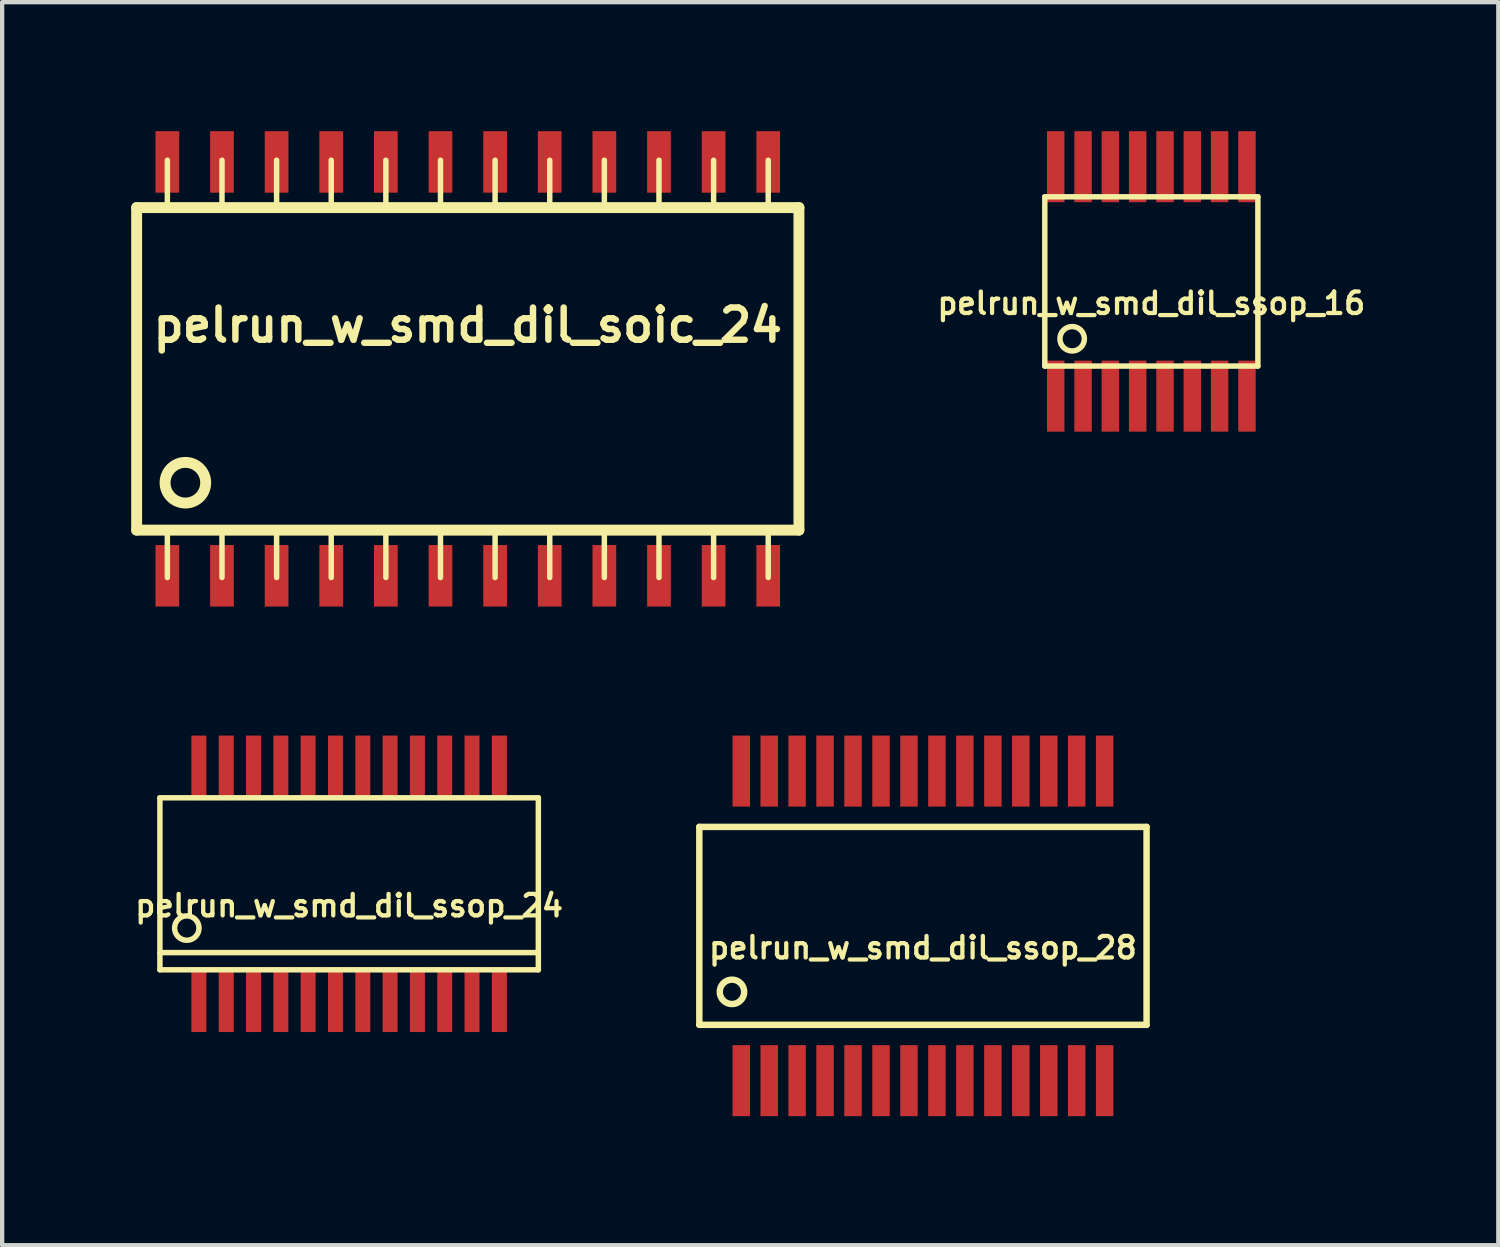
<source format=kicad_pcb>
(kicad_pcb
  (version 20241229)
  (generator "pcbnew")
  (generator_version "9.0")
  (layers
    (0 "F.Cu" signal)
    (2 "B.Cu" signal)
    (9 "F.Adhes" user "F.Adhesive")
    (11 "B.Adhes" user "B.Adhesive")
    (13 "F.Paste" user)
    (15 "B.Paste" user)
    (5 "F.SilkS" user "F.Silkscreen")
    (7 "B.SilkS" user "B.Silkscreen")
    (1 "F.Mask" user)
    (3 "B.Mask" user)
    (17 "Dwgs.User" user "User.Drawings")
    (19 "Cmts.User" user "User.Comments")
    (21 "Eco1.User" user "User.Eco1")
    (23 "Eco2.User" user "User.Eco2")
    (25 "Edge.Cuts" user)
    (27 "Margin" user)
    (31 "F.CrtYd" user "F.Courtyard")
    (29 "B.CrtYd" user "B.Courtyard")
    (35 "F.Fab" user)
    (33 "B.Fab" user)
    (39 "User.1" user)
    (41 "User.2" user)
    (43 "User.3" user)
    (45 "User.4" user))
  (footprint "pelrun_w_smd_dil_soic_24"
    (layer "F.Cu")
    (at 7.826 5.526)
    (property "Reference" "pelrun_w_smd_dil_soic_24" (at 0 -1.016 0) (layer "F.SilkS") (effects (font (size 0.749 0.749) (thickness 0.15))))
    (attr through_hole)
    (fp_line (start -7.699 -3.749) (end -7.699 3.749) (stroke (width 0.254) (type solid)) (layer "F.SilkS"))
    (fp_line (start -7.699 -3.749) (end 7.699 -3.749) (stroke (width 0.254) (type solid)) (layer "F.SilkS"))
    (fp_line (start -6.985 -3.759) (end -6.985 -4.851) (stroke (width 0.127) (type solid)) (layer "F.SilkS"))
    (fp_line (start -6.985 4.851) (end -6.985 3.759) (stroke (width 0.127) (type solid)) (layer "F.SilkS"))
    (fp_line (start -5.715 -3.759) (end -5.715 -4.851) (stroke (width 0.127) (type solid)) (layer "F.SilkS"))
    (fp_line (start -5.715 4.851) (end -5.715 3.759) (stroke (width 0.127) (type solid)) (layer "F.SilkS"))
    (fp_line (start -4.445 -3.759) (end -4.445 -4.851) (stroke (width 0.127) (type solid)) (layer "F.SilkS"))
    (fp_line (start -4.445 3.759) (end -4.445 4.851) (stroke (width 0.127) (type solid)) (layer "F.SilkS"))
    (fp_line (start -3.175 -3.759) (end -3.175 -4.851) (stroke (width 0.127) (type solid)) (layer "F.SilkS"))
    (fp_line (start -3.175 4.851) (end -3.175 3.759) (stroke (width 0.127) (type solid)) (layer "F.SilkS"))
    (fp_line (start -1.905 -4.851) (end -1.905 -3.759) (stroke (width 0.127) (type solid)) (layer "F.SilkS"))
    (fp_line (start -1.905 4.851) (end -1.905 3.759) (stroke (width 0.127) (type solid)) (layer "F.SilkS"))
    (fp_line (start -0.635 -4.851) (end -0.635 -3.759) (stroke (width 0.127) (type solid)) (layer "F.SilkS"))
    (fp_line (start -0.635 4.851) (end -0.635 3.759) (stroke (width 0.127) (type solid)) (layer "F.SilkS"))
    (fp_line (start 0.635 -4.851) (end 0.635 -3.759) (stroke (width 0.127) (type solid)) (layer "F.SilkS"))
    (fp_line (start 0.635 4.851) (end 0.635 3.759) (stroke (width 0.127) (type solid)) (layer "F.SilkS"))
    (fp_line (start 1.905 -3.759) (end 1.905 -4.851) (stroke (width 0.127) (type solid)) (layer "F.SilkS"))
    (fp_line (start 1.905 3.759) (end 1.905 4.851) (stroke (width 0.127) (type solid)) (layer "F.SilkS"))
    (fp_line (start 3.175 -3.759) (end 3.175 -4.851) (stroke (width 0.127) (type solid)) (layer "F.SilkS"))
    (fp_line (start 3.175 3.759) (end 3.175 4.851) (stroke (width 0.127) (type solid)) (layer "F.SilkS"))
    (fp_line (start 4.445 -3.759) (end 4.445 -4.851) (stroke (width 0.127) (type solid)) (layer "F.SilkS"))
    (fp_line (start 4.445 3.759) (end 4.445 4.851) (stroke (width 0.127) (type solid)) (layer "F.SilkS"))
    (fp_line (start 5.715 -4.851) (end 5.715 -3.759) (stroke (width 0.127) (type solid)) (layer "F.SilkS"))
    (fp_line (start 5.715 3.759) (end 5.715 4.851) (stroke (width 0.127) (type solid)) (layer "F.SilkS"))
    (fp_line (start 6.985 -4.851) (end 6.985 -3.759) (stroke (width 0.127) (type solid)) (layer "F.SilkS"))
    (fp_line (start 6.985 3.759) (end 6.985 4.851) (stroke (width 0.127) (type solid)) (layer "F.SilkS"))
    (fp_line (start 7.699 3.749) (end -7.699 3.749) (stroke (width 0.254) (type solid)) (layer "F.SilkS"))
    (fp_line (start 7.699 3.749) (end 7.699 -3.749) (stroke (width 0.254) (type solid)) (layer "F.SilkS"))
    (fp_circle (center -6.566 2.647) (end -6.845 3.028) (stroke (width 0.254) (type solid)) (fill no) (layer "F.SilkS"))
    (pad "1" smd rect (at -6.985 4.811) (size 0.551 1.43) (layers "F.Cu" "F.Mask" "F.Paste"))
    (pad "2" smd rect (at -5.715 4.811) (size 0.551 1.43) (layers "F.Cu" "F.Mask" "F.Paste"))
    (pad "3" smd rect (at -4.445 4.811) (size 0.551 1.43) (layers "F.Cu" "F.Mask" "F.Paste"))
    (pad "4" smd rect (at -3.175 4.811) (size 0.551 1.43) (layers "F.Cu" "F.Mask" "F.Paste"))
    (pad "5" smd rect (at -1.905 4.811) (size 0.551 1.43) (layers "F.Cu" "F.Mask" "F.Paste"))
    (pad "6" smd rect (at -0.635 4.811) (size 0.551 1.43) (layers "F.Cu" "F.Mask" "F.Paste"))
    (pad "7" smd rect (at 0.635 4.811) (size 0.551 1.43) (layers "F.Cu" "F.Mask" "F.Paste"))
    (pad "8" smd rect (at 1.905 4.811) (size 0.551 1.43) (layers "F.Cu" "F.Mask" "F.Paste"))
    (pad "9" smd rect (at 3.175 4.811) (size 0.551 1.43) (layers "F.Cu" "F.Mask" "F.Paste"))
    (pad "10" smd rect (at 4.445 4.811) (size 0.551 1.43) (layers "F.Cu" "F.Mask" "F.Paste"))
    (pad "11" smd rect (at 5.715 4.811) (size 0.551 1.43) (layers "F.Cu" "F.Mask" "F.Paste"))
    (pad "12" smd rect (at 6.985 4.811) (size 0.551 1.43) (layers "F.Cu" "F.Mask" "F.Paste"))
    (pad "13" smd rect (at 6.985 -4.811) (size 0.551 1.43) (layers "F.Cu" "F.Mask" "F.Paste"))
    (pad "14" smd rect (at 5.715 -4.811) (size 0.551 1.43) (layers "F.Cu" "F.Mask" "F.Paste"))
    (pad "15" smd rect (at 4.445 -4.811) (size 0.551 1.43) (layers "F.Cu" "F.Mask" "F.Paste"))
    (pad "16" smd rect (at 3.175 -4.811) (size 0.551 1.43) (layers "F.Cu" "F.Mask" "F.Paste"))
    (pad "17" smd rect (at 1.905 -4.811) (size 0.551 1.43) (layers "F.Cu" "F.Mask" "F.Paste"))
    (pad "18" smd rect (at 0.635 -4.811) (size 0.551 1.43) (layers "F.Cu" "F.Mask" "F.Paste"))
    (pad "19" smd rect (at -0.635 -4.811) (size 0.551 1.43) (layers "F.Cu" "F.Mask" "F.Paste"))
    (pad "20" smd rect (at -1.905 -4.811) (size 0.551 1.43) (layers "F.Cu" "F.Mask" "F.Paste"))
    (pad "21" smd rect (at -3.175 -4.811) (size 0.551 1.43) (layers "F.Cu" "F.Mask" "F.Paste"))
    (pad "22" smd rect (at -4.445 -4.811) (size 0.551 1.43) (layers "F.Cu" "F.Mask" "F.Paste"))
    (pad "23" smd rect (at -5.715 -4.811) (size 0.551 1.43) (layers "F.Cu" "F.Mask" "F.Paste"))
    (pad "24" smd rect (at -6.985 -4.811) (size 0.551 1.43) (layers "F.Cu" "F.Mask" "F.Paste")))
  (footprint "pelrun_w_smd_dil_ssop_28"
    (layer "F.Cu")
    (at 18.408 18.476)
    (property "Reference" "pelrun_w_smd_dil_ssop_28" (at 0 0.508 0) (layer "F.SilkS") (effects (font (size 0.5 0.5) (thickness 0.099))))
    (attr through_hole)
    (fp_line (start -5.199 -2.301) (end 5.199 -2.301) (stroke (width 0.15) (type solid)) (layer "F.SilkS"))
    (fp_line (start -5.199 2.301) (end -5.199 -2.301) (stroke (width 0.15) (type solid)) (layer "F.SilkS"))
    (fp_line (start 5.199 -2.301) (end 5.199 2.301) (stroke (width 0.15) (type solid)) (layer "F.SilkS"))
    (fp_line (start 5.199 2.301) (end -5.199 2.301) (stroke (width 0.15) (type solid)) (layer "F.SilkS"))
    (fp_circle (center -4.44 1.534) (end -4.567 1.788) (stroke (width 0.15) (type solid)) (fill no) (layer "F.SilkS"))
    (pad "1" smd rect (at -4.224 3.599) (size 0.406 1.651) (layers "F.Cu" "F.Mask" "F.Paste"))
    (pad "2" smd rect (at -3.574 3.599) (size 0.406 1.651) (layers "F.Cu" "F.Mask" "F.Paste"))
    (pad "3" smd rect (at -2.926 3.599) (size 0.406 1.651) (layers "F.Cu" "F.Mask" "F.Paste"))
    (pad "4" smd rect (at -2.276 3.599) (size 0.406 1.651) (layers "F.Cu" "F.Mask" "F.Paste"))
    (pad "5" smd rect (at -1.626 3.599) (size 0.406 1.651) (layers "F.Cu" "F.Mask" "F.Paste"))
    (pad "6" smd rect (at -0.975 3.599) (size 0.406 1.651) (layers "F.Cu" "F.Mask" "F.Paste"))
    (pad "7" smd rect (at -0.325 3.599) (size 0.406 1.651) (layers "F.Cu" "F.Mask" "F.Paste"))
    (pad "8" smd rect (at 0.325 3.599) (size 0.406 1.651) (layers "F.Cu" "F.Mask" "F.Paste"))
    (pad "9" smd rect (at 0.975 3.599) (size 0.406 1.651) (layers "F.Cu" "F.Mask" "F.Paste"))
    (pad "10" smd rect (at 1.626 3.599) (size 0.406 1.651) (layers "F.Cu" "F.Mask" "F.Paste"))
    (pad "11" smd rect (at 2.276 3.599) (size 0.406 1.651) (layers "F.Cu" "F.Mask" "F.Paste"))
    (pad "12" smd rect (at 2.926 3.599) (size 0.406 1.651) (layers "F.Cu" "F.Mask" "F.Paste"))
    (pad "13" smd rect (at 3.574 3.599) (size 0.406 1.651) (layers "F.Cu" "F.Mask" "F.Paste"))
    (pad "14" smd rect (at 4.224 3.599) (size 0.406 1.651) (layers "F.Cu" "F.Mask" "F.Paste"))
    (pad "15" smd rect (at 4.224 -3.599) (size 0.406 1.651) (layers "F.Cu" "F.Mask" "F.Paste"))
    (pad "16" smd rect (at 3.574 -3.599) (size 0.406 1.651) (layers "F.Cu" "F.Mask" "F.Paste"))
    (pad "17" smd rect (at 2.926 -3.599) (size 0.406 1.651) (layers "F.Cu" "F.Mask" "F.Paste"))
    (pad "18" smd rect (at 2.276 -3.599) (size 0.406 1.651) (layers "F.Cu" "F.Mask" "F.Paste"))
    (pad "19" smd rect (at 1.626 -3.599) (size 0.406 1.651) (layers "F.Cu" "F.Mask" "F.Paste"))
    (pad "20" smd rect (at 0.975 -3.599) (size 0.406 1.651) (layers "F.Cu" "F.Mask" "F.Paste"))
    (pad "21" smd rect (at 0.325 -3.599) (size 0.406 1.651) (layers "F.Cu" "F.Mask" "F.Paste"))
    (pad "22" smd rect (at -0.325 -3.599) (size 0.406 1.651) (layers "F.Cu" "F.Mask" "F.Paste"))
    (pad "23" smd rect (at -0.975 -3.599) (size 0.406 1.651) (layers "F.Cu" "F.Mask" "F.Paste"))
    (pad "24" smd rect (at -1.626 -3.599) (size 0.406 1.651) (layers "F.Cu" "F.Mask" "F.Paste"))
    (pad "25" smd rect (at -2.276 -3.599) (size 0.406 1.651) (layers "F.Cu" "F.Mask" "F.Paste"))
    (pad "26" smd rect (at -2.926 -3.599) (size 0.406 1.651) (layers "F.Cu" "F.Mask" "F.Paste"))
    (pad "27" smd rect (at -3.574 -3.599) (size 0.406 1.651) (layers "F.Cu" "F.Mask" "F.Paste"))
    (pad "28" smd rect (at -4.224 -3.599) (size 0.406 1.651) (layers "F.Cu" "F.Mask" "F.Paste")))
  (footprint "pelrun_w_smd_dil_ssop_24"
    (layer "F.Cu")
    (at 5.067 17.498)
    (property "Reference" "pelrun_w_smd_dil_ssop_24" (at 0 0.508 0) (layer "F.SilkS") (effects (font (size 0.5 0.5) (thickness 0.099))))
    (attr through_hole)
    (fp_line (start -4.399 -1.999) (end 4.399 -1.999) (stroke (width 0.127) (type solid)) (layer "F.SilkS"))
    (fp_line (start -4.399 1.6) (end 4.399 1.6) (stroke (width 0.127) (type solid)) (layer "F.SilkS"))
    (fp_line (start -4.399 1.999) (end -4.399 -1.999) (stroke (width 0.127) (type solid)) (layer "F.SilkS"))
    (fp_line (start 4.399 -1.999) (end 4.399 1.999) (stroke (width 0.127) (type solid)) (layer "F.SilkS"))
    (fp_line (start 4.399 1.999) (end -4.399 1.999) (stroke (width 0.127) (type solid)) (layer "F.SilkS"))
    (fp_circle (center -3.774 1.029) (end -3.901 1.283) (stroke (width 0.127) (type solid)) (fill no) (layer "F.SilkS"))
    (pad "1" smd rect (at -3.493 2.697) (size 0.348 1.499) (layers "F.Cu" "F.Mask" "F.Paste"))
    (pad "2" smd rect (at -2.857 2.697) (size 0.348 1.499) (layers "F.Cu" "F.Mask" "F.Paste"))
    (pad "3" smd rect (at -2.223 2.697) (size 0.348 1.499) (layers "F.Cu" "F.Mask" "F.Paste"))
    (pad "4" smd rect (at -1.587 2.697) (size 0.348 1.499) (layers "F.Cu" "F.Mask" "F.Paste"))
    (pad "5" smd rect (at -0.953 2.697) (size 0.348 1.499) (layers "F.Cu" "F.Mask" "F.Paste"))
    (pad "6" smd rect (at -0.318 2.697) (size 0.348 1.499) (layers "F.Cu" "F.Mask" "F.Paste"))
    (pad "7" smd rect (at 0.318 2.697) (size 0.348 1.499) (layers "F.Cu" "F.Mask" "F.Paste"))
    (pad "8" smd rect (at 0.953 2.697) (size 0.348 1.499) (layers "F.Cu" "F.Mask" "F.Paste"))
    (pad "9" smd rect (at 1.587 2.697) (size 0.348 1.499) (layers "F.Cu" "F.Mask" "F.Paste"))
    (pad "10" smd rect (at 2.223 2.697) (size 0.348 1.499) (layers "F.Cu" "F.Mask" "F.Paste"))
    (pad "11" smd rect (at 2.857 2.697) (size 0.348 1.499) (layers "F.Cu" "F.Mask" "F.Paste"))
    (pad "12" smd rect (at 3.493 2.697) (size 0.348 1.499) (layers "F.Cu" "F.Mask" "F.Paste"))
    (pad "13" smd rect (at 3.493 -2.697) (size 0.348 1.499) (layers "F.Cu" "F.Mask" "F.Paste"))
    (pad "14" smd rect (at 2.857 -2.697) (size 0.348 1.499) (layers "F.Cu" "F.Mask" "F.Paste"))
    (pad "15" smd rect (at 2.223 -2.697) (size 0.348 1.499) (layers "F.Cu" "F.Mask" "F.Paste"))
    (pad "16" smd rect (at 1.587 -2.697) (size 0.348 1.499) (layers "F.Cu" "F.Mask" "F.Paste"))
    (pad "17" smd rect (at 0.953 -2.697) (size 0.348 1.499) (layers "F.Cu" "F.Mask" "F.Paste"))
    (pad "18" smd rect (at 0.318 -2.697) (size 0.348 1.499) (layers "F.Cu" "F.Mask" "F.Paste"))
    (pad "19" smd rect (at -0.318 -2.697) (size 0.348 1.499) (layers "F.Cu" "F.Mask" "F.Paste"))
    (pad "20" smd rect (at -0.953 -2.697) (size 0.348 1.499) (layers "F.Cu" "F.Mask" "F.Paste"))
    (pad "21" smd rect (at -1.587 -2.697) (size 0.348 1.499) (layers "F.Cu" "F.Mask" "F.Paste"))
    (pad "22" smd rect (at -2.223 -2.697) (size 0.348 1.499) (layers "F.Cu" "F.Mask" "F.Paste"))
    (pad "23" smd rect (at -2.857 -2.697) (size 0.348 1.499) (layers "F.Cu" "F.Mask" "F.Paste"))
    (pad "24" smd rect (at -3.493 -2.697) (size 0.348 1.499) (layers "F.Cu" "F.Mask" "F.Paste")))
  (footprint "pelrun_w_smd_dil_ssop_16"
    (layer "F.Cu")
    (at 23.718 3.493)
    (property "Reference" "pelrun_w_smd_dil_ssop_16" (at 0 0.508 0) (layer "F.SilkS") (effects (font (size 0.5 0.5) (thickness 0.099))))
    (attr through_hole)
    (fp_line (start -2.477 -1.968) (end -2.477 1.968) (stroke (width 0.127) (type solid)) (layer "F.SilkS"))
    (fp_line (start -2.477 1.968) (end 2.477 1.968) (stroke (width 0.127) (type solid)) (layer "F.SilkS"))
    (fp_line (start 2.477 -1.968) (end -2.477 -1.968) (stroke (width 0.127) (type solid)) (layer "F.SilkS"))
    (fp_line (start 2.477 1.968) (end 2.477 -1.968) (stroke (width 0.127) (type solid)) (layer "F.SilkS"))
    (fp_circle (center -1.841 1.333) (end -1.968 1.587) (stroke (width 0.127) (type solid)) (fill no) (layer "F.SilkS"))
    (pad "1" smd rect (at -2.223 2.667) (size 0.406 1.651) (layers "F.Cu" "F.Mask" "F.Paste"))
    (pad "2" smd rect (at -1.587 2.667) (size 0.406 1.651) (layers "F.Cu" "F.Mask" "F.Paste"))
    (pad "3" smd rect (at -0.953 2.667) (size 0.406 1.651) (layers "F.Cu" "F.Mask" "F.Paste"))
    (pad "4" smd rect (at -0.318 2.667) (size 0.406 1.651) (layers "F.Cu" "F.Mask" "F.Paste"))
    (pad "5" smd rect (at 0.318 2.667) (size 0.406 1.651) (layers "F.Cu" "F.Mask" "F.Paste"))
    (pad "6" smd rect (at 0.953 2.667) (size 0.406 1.651) (layers "F.Cu" "F.Mask" "F.Paste"))
    (pad "7" smd rect (at 1.587 2.667) (size 0.406 1.651) (layers "F.Cu" "F.Mask" "F.Paste"))
    (pad "8" smd rect (at 2.223 2.667) (size 0.406 1.651) (layers "F.Cu" "F.Mask" "F.Paste"))
    (pad "9" smd rect (at 2.223 -2.667) (size 0.406 1.651) (layers "F.Cu" "F.Mask" "F.Paste"))
    (pad "10" smd rect (at 1.587 -2.667) (size 0.406 1.651) (layers "F.Cu" "F.Mask" "F.Paste"))
    (pad "11" smd rect (at 0.953 -2.667) (size 0.406 1.651) (layers "F.Cu" "F.Mask" "F.Paste"))
    (pad "12" smd rect (at 0.318 -2.667) (size 0.406 1.651) (layers "F.Cu" "F.Mask" "F.Paste"))
    (pad "13" smd rect (at -0.318 -2.667) (size 0.406 1.651) (layers "F.Cu" "F.Mask" "F.Paste"))
    (pad "14" smd rect (at -0.953 -2.667) (size 0.406 1.651) (layers "F.Cu" "F.Mask" "F.Paste"))
    (pad "15" smd rect (at -1.587 -2.667) (size 0.406 1.651) (layers "F.Cu" "F.Mask" "F.Paste"))
    (pad "16" smd rect (at -2.223 -2.667) (size 0.406 1.651) (layers "F.Cu" "F.Mask" "F.Paste")))
  (gr_rect
    (start -3 -3)
    (end 31.785 25.901)
    (stroke (width 0.1) (type default))
    (fill no)
    (layer "Edge.Cuts")))
</source>
